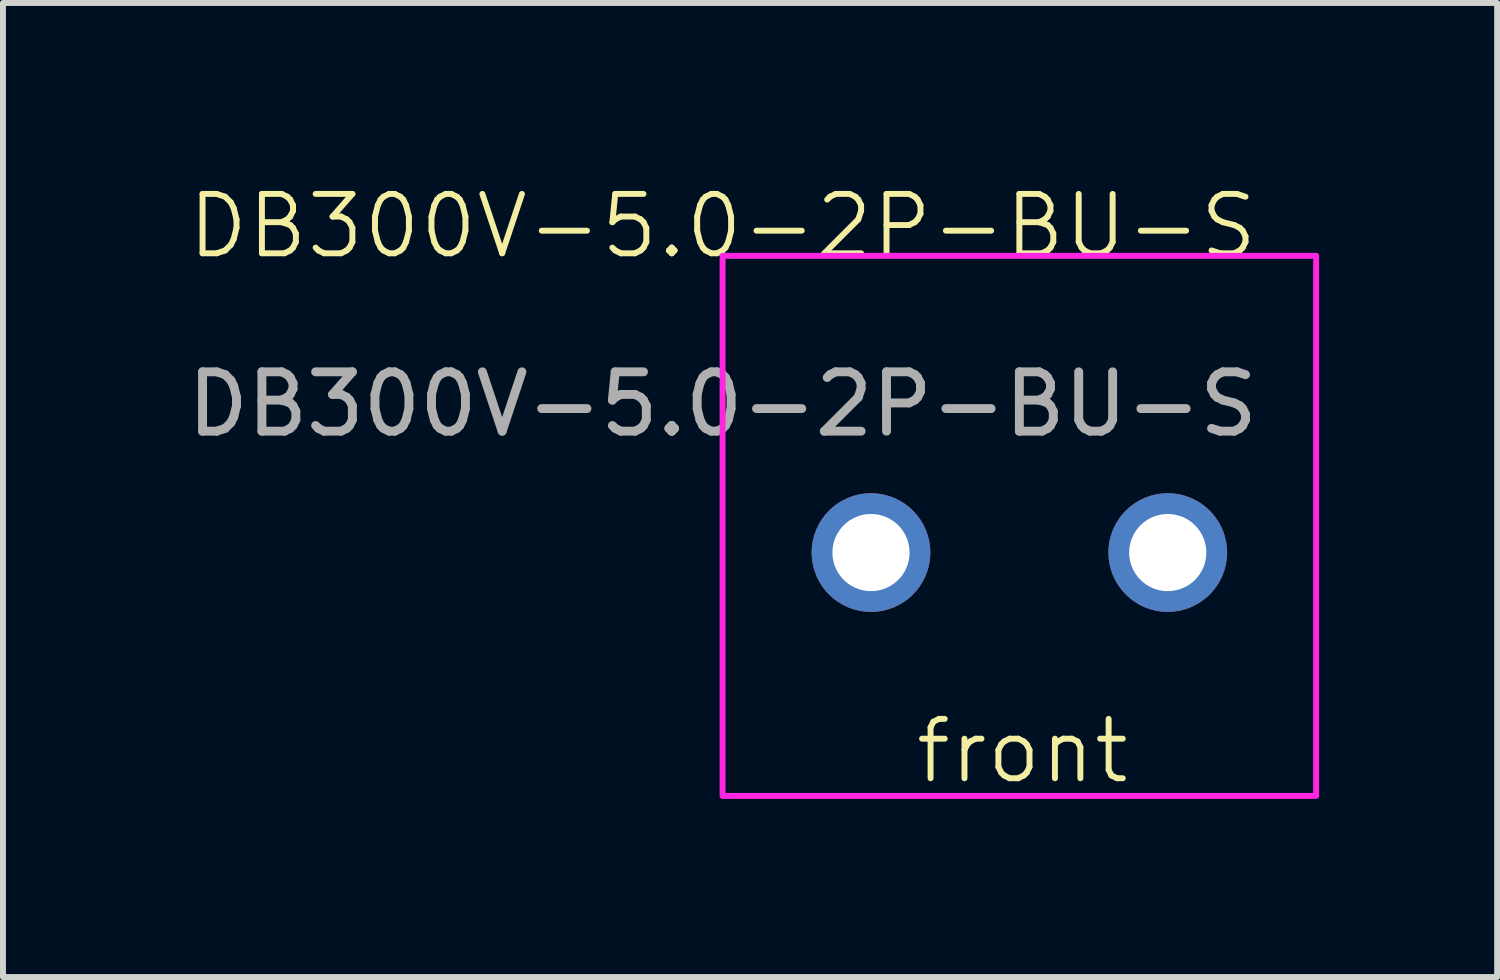
<source format=kicad_pcb>
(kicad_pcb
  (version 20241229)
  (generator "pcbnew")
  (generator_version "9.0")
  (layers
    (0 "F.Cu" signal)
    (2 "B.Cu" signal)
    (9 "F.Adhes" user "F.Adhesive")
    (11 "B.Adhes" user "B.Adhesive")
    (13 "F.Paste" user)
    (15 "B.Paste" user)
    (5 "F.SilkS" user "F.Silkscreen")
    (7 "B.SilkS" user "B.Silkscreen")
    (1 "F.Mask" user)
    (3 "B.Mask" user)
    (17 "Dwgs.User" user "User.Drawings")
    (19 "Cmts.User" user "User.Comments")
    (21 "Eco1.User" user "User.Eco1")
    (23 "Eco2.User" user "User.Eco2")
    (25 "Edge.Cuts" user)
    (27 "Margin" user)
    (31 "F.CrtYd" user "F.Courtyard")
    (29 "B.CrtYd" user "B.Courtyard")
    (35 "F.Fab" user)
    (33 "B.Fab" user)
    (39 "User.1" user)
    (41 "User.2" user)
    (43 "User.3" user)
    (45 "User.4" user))
  (footprint "DB300V-5.0-2P-BU-S"
    (layer "F.Cu")
    (at 9.125 1.26)
    (property "Reference" "DB300V-5.0-2P-BU-S" (at 0 -0.5 0) (unlocked yes) (layer "F.SilkS") (effects (font (size 1 1) (thickness 0.1))))
    (attr smd)
    (fp_rect (start 0 0) (end 10 9.1) (stroke (width 0.1) (type default)) (fill no) (layer "F.CrtYd"))
    (fp_text user "front" (at 3.2 8.93 0) (unlocked yes) (layer "F.SilkS") (effects (font (size 1 1) (thickness 0.1)) (justify left bottom)))
    (fp_text user "${REFERENCE}" (at 0 2.5 0) (unlocked yes) (layer "F.Fab") (effects (font (size 1 1) (thickness 0.15))))
    (pad "1" thru_hole circle (at 2.5 5) (size 2 2) (drill 1.3) (layers "*.Cu" "*.Mask"))
    (pad "2" thru_hole circle (at 7.5 5) (size 2 2) (drill 1.3) (layers "*.Cu" "*.Mask")))
  (gr_rect
    (start -3 -3)
    (end 22.175 13.412)
    (stroke (width 0.1) (type default))
    (fill no)
    (layer "Edge.Cuts")))
</source>
